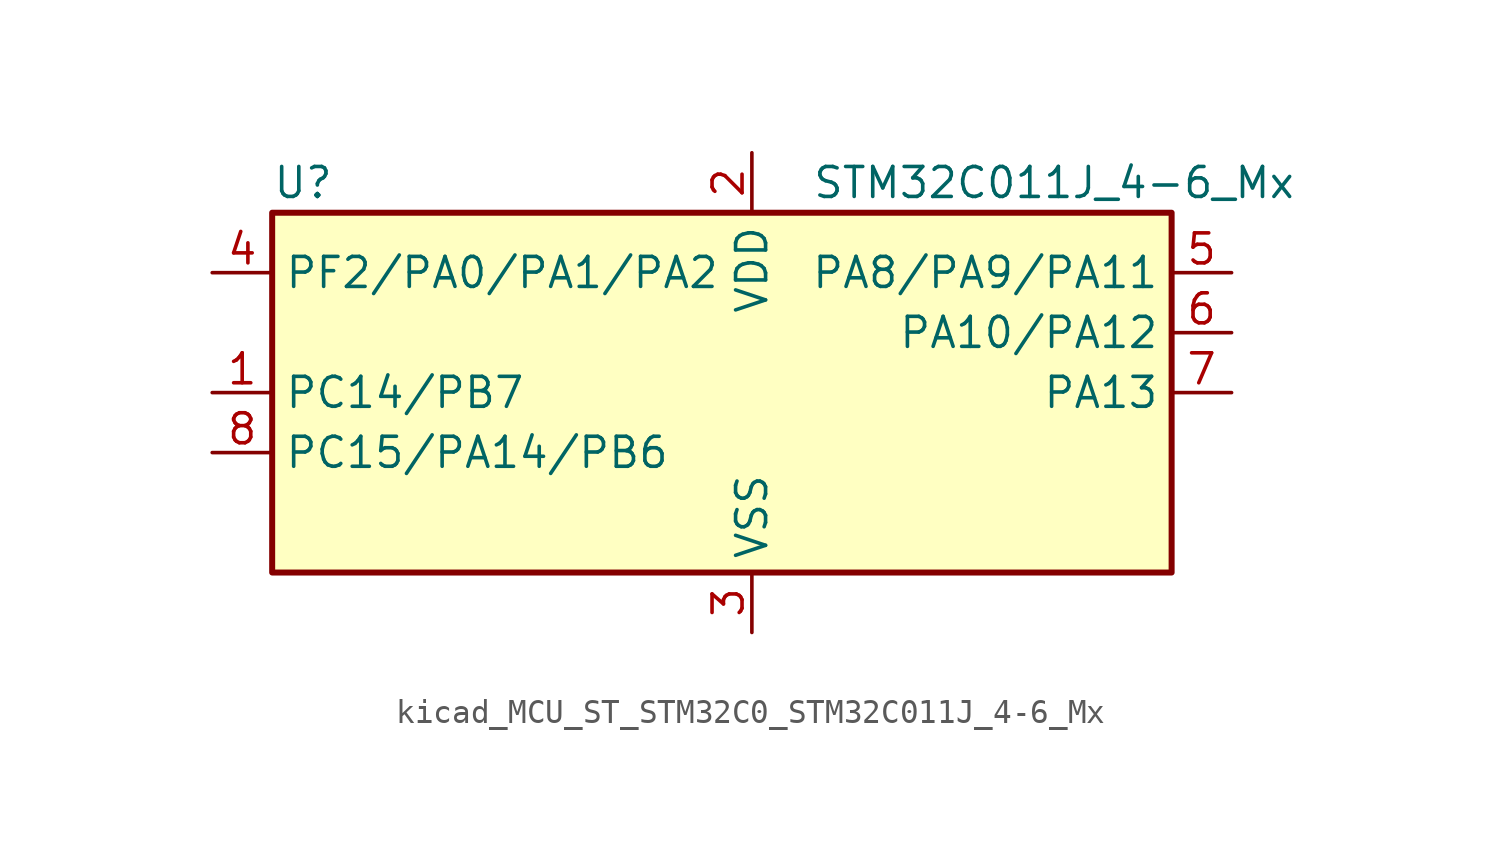
<source format=kicad_sym>
(kicad_symbol_lib
  (version 20220914)
  (generator kicad_symbol_editor)
  (symbol "kicad_MCU_ST_STM32C0_STM32C011J_4-6_Mx"
    (property "Reference" "U"
      (at -17.78 8.89 0)
      (effects (font (size 1.27 1.27)) (justify left)))
    (property "Value" "STM32C011J_4-6_Mx"
      (at 5.08 8.89 0)
      (effects (font (size 1.27 1.27)) (justify left)))
    (property "ki_locked" ""
      (at 0 0 0)
      (effects (font (size 1.27 1.27))))
    (symbol "kicad_MCU_ST_STM32C0_STM32C011J_4-6_Mx_0_1"
      (rectangle (start -17.78 -7.62) (end 20.32 7.62) (stroke (width 0.254) (type default)) (fill (type background))))
    (symbol "kicad_MCU_ST_STM32C0_STM32C011J_4-6_Mx_1_1"
      (pin bidirectional line (at -20.32 0 0) (length 2.54) (name "PC14/PB7" (effects (font (size 1.27 1.27)))) (number "1" (effects (font (size 1.27 1.27)))) (alternate "I2C1_SDA" bidirectional line) (alternate "IR_OUT" bidirectional line) (alternate "RCC_OSCX_IN" bidirectional line) (alternate "TIM17_CH1" bidirectional line) (alternate "TIM1_BKIN2" bidirectional line) (alternate "TIM1_ETR" bidirectional line) (alternate "TIM3_CH2" bidirectional line) (alternate "USART1_TX" bidirectional line) (alternate "USART2_CK" bidirectional line) (alternate "USART2_DE" bidirectional line) (alternate "USART2_RTS" bidirectional line))
      (pin power_in line (at 2.54 10.16 270) (length 2.54) (name "VDD" (effects (font (size 1.27 1.27)))) (number "2" (effects (font (size 1.27 1.27)))))
      (pin power_in line (at 2.54 -10.16 90) (length 2.54) (name "VSS" (effects (font (size 1.27 1.27)))) (number "3" (effects (font (size 1.27 1.27)))))
      (pin bidirectional line (at -20.32 5.08 0) (length 2.54) (name "PF2/PA0/PA1/PA2" (effects (font (size 1.27 1.27)))) (number "4" (effects (font (size 1.27 1.27)))) (alternate "RCC_MCO" bidirectional line) (alternate "TIM1_CH4" bidirectional line))
      (pin bidirectional line (at 22.86 5.08 180) (length 2.54) (name "PA8/PA9/PA11" (effects (font (size 1.27 1.27)))) (number "5" (effects (font (size 1.27 1.27)))) (alternate "ADC1_IN8" bidirectional line) (alternate "I2S1_WS" bidirectional line) (alternate "RCC_MCO" bidirectional line) (alternate "RCC_MCO_2" bidirectional line) (alternate "SPI1_NSS" bidirectional line) (alternate "TIM14_CH1" bidirectional line) (alternate "TIM1_CH1" bidirectional line) (alternate "TIM1_CH2N" bidirectional line) (alternate "TIM1_CH3N" bidirectional line) (alternate "TIM3_CH3" bidirectional line) (alternate "TIM3_CH4" bidirectional line) (alternate "USART1_RX" bidirectional line) (alternate "USART2_TX" bidirectional line))
      (pin bidirectional line (at 22.86 2.54 180) (length 2.54) (name "PA10/PA12" (effects (font (size 1.27 1.27)))) (number "6" (effects (font (size 1.27 1.27)))) (alternate "I2C1_SDA" bidirectional line) (alternate "RCC_MCO_2" bidirectional line) (alternate "TIM17_BKIN" bidirectional line) (alternate "TIM1_CH3" bidirectional line) (alternate "USART1_RX" bidirectional line))
      (pin bidirectional line (at 22.86 0 180) (length 2.54) (name "PA13" (effects (font (size 1.27 1.27)))) (number "7" (effects (font (size 1.27 1.27)))) (alternate "ADC1_IN13" bidirectional line) (alternate "DEBUG_SWDIO" bidirectional line) (alternate "IR_OUT" bidirectional line) (alternate "TIM3_ETR" bidirectional line) (alternate "USART2_RX" bidirectional line))
      (pin bidirectional line (at -20.32 -2.54 0) (length 2.54) (name "PC15/PA14/PB6" (effects (font (size 1.27 1.27)))) (number "8" (effects (font (size 1.27 1.27)))) (alternate "RCC_OSC32_EN" bidirectional line) (alternate "RCC_OSCX_OUT" bidirectional line) (alternate "RCC_OSC_EN" bidirectional line) (alternate "TIM1_ETR" bidirectional line) (alternate "TIM3_CH3" bidirectional line)))))
</source>
